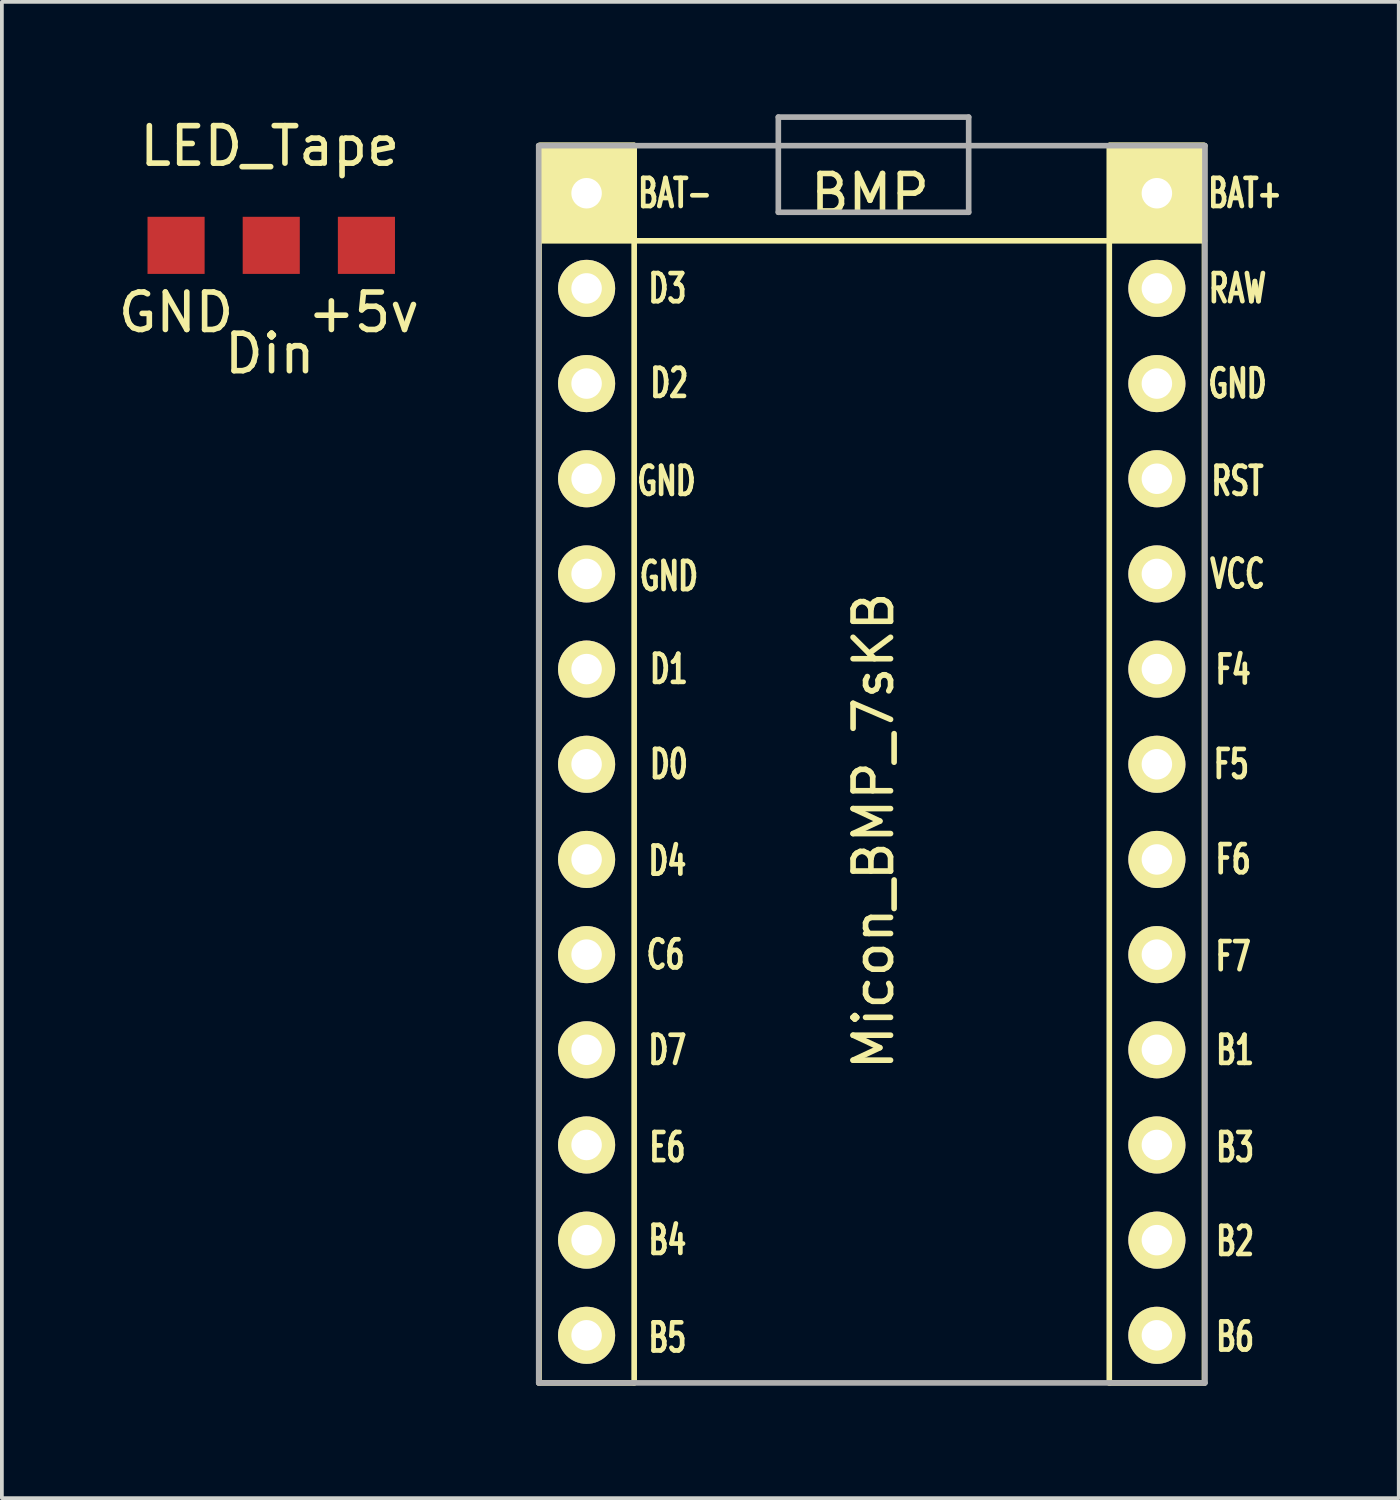
<source format=kicad_pcb>
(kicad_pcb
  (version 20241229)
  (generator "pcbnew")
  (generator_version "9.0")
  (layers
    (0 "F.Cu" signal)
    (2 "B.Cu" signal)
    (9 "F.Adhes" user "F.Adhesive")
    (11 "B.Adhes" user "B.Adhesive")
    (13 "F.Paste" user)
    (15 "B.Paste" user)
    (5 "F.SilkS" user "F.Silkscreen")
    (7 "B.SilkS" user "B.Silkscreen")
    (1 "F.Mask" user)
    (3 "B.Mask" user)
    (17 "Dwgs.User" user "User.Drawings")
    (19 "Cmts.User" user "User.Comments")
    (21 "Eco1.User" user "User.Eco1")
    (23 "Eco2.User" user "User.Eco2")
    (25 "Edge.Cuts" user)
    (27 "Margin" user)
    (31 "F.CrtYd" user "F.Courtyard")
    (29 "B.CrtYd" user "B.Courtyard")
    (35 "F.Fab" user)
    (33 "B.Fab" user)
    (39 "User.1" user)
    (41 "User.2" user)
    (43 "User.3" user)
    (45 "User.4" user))
  (footprint "LED_Tape"
    (layer "F.Cu")
    (at 4.15 3.388)
    (property "Reference" "LED_Tape" (at 0 -2.54 0) (layer "F.SilkS") (effects (font (size 1 1) (thickness 0.15))))
    (attr through_hole)
    (fp_text user "+5v" (at 2.501 1.9 0) (layer "F.SilkS") (effects (font (size 1 1) (thickness 0.15))))
    (fp_text user "GND" (at -2.501 1.9 0) (layer "F.SilkS") (effects (font (size 1 1) (thickness 0.15))))
    (fp_text user "Din" (at 0 3 0) (layer "F.SilkS") (effects (font (size 1 1) (thickness 0.15))))
    (pad "1" smd rect (at -2.501 0.11 90) (size 1.524 1.524) (layers "F.Cu" "F.Mask" "F.Paste"))
    (pad "2" smd rect (at 0.039 0.11 90) (size 1.524 1.524) (layers "F.Cu" "F.Mask" "F.Paste"))
    (pad "3" smd rect (at 2.579 0.11 90) (size 1.524 1.524) (layers "F.Cu" "F.Mask" "F.Paste")))
  (footprint "Micon_BMP_7sKB"
    (layer "F.Cu")
    (at 20.169 19.125)
    (property "Reference" "Micon_BMP_7sKB" (at 0.093 0 270) (layer "F.SilkS") (effects (font (size 1 1) (thickness 0.15))))
    (attr through_hole)
    (fp_line (start -8.834 -18.288) (end -8.834 14.732) (stroke (width 0.15) (type solid)) (layer "F.SilkS"))
    (fp_line (start -8.834 14.732) (end -6.294 14.732) (stroke (width 0.15) (type solid)) (layer "F.SilkS"))
    (fp_line (start -6.294 -18.288) (end -8.834 -18.288) (stroke (width 0.15) (type solid)) (layer "F.SilkS"))
    (fp_line (start -6.294 14.732) (end -6.294 -18.288) (stroke (width 0.15) (type solid)) (layer "F.SilkS"))
    (fp_line (start 6.386 -18.288) (end 6.386 14.732) (stroke (width 0.15) (type solid)) (layer "F.SilkS"))
    (fp_line (start 6.386 14.732) (end 8.926 14.732) (stroke (width 0.15) (type solid)) (layer "F.SilkS"))
    (fp_line (start 8.926 -18.288) (end 6.386 -18.288) (stroke (width 0.15) (type solid)) (layer "F.SilkS"))
    (fp_line (start 8.926 -15.748) (end -8.834 -15.748) (stroke (width 0.15) (type solid)) (layer "F.SilkS"))
    (fp_line (start 8.926 14.732) (end 8.926 -18.288) (stroke (width 0.15) (type solid)) (layer "F.SilkS"))
    (fp_poly (pts (xy -8.8 -18.3) (xy -8.8 -15.8) (xy -6.3 -15.8) (xy -6.3 -18.3)) (stroke (width 0.15) (type solid)) (fill yes) (layer "F.SilkS"))
    (fp_poly (pts (xy 6.4 -18.3) (xy 6.4 -15.8) (xy 8.9 -15.8) (xy 8.9 -18.3)) (stroke (width 0.15) (type solid)) (fill yes) (layer "F.SilkS"))
    (fp_line (start -8.842 -18.288) (end -8.842 14.732) (stroke (width 0.15) (type solid)) (layer "F.Fab"))
    (fp_line (start -8.842 14.732) (end 8.938 14.732) (stroke (width 0.15) (type solid)) (layer "F.Fab"))
    (fp_line (start -2.447 -19.05) (end 2.633 -19.05) (stroke (width 0.15) (type solid)) (layer "F.Fab"))
    (fp_line (start -2.447 -16.51) (end -2.447 -19.05) (stroke (width 0.15) (type solid)) (layer "F.Fab"))
    (fp_line (start 2.633 -19.05) (end 2.633 -16.51) (stroke (width 0.15) (type solid)) (layer "F.Fab"))
    (fp_line (start 2.633 -16.51) (end -2.447 -16.51) (stroke (width 0.15) (type solid)) (layer "F.Fab"))
    (fp_line (start 8.938 -18.288) (end -8.842 -18.288) (stroke (width 0.15) (type solid)) (layer "F.Fab"))
    (fp_line (start 8.938 14.732) (end 8.938 -18.288) (stroke (width 0.15) (type solid)) (layer "F.Fab"))
    (fp_text user "D1" (at -5.368 -4.318 0) (layer "F.SilkS") (effects (font (size 0.75 0.5) (thickness 0.125))))
    (fp_text user "D0" (at -5.368 -1.778 0) (layer "F.SilkS") (effects (font (size 0.75 0.5) (thickness 0.125))))
    (fp_text user "D3" (at -5.407 -14.478 0) (layer "F.SilkS") (effects (font (size 0.75 0.5) (thickness 0.125))))
    (fp_text user "D2" (at -5.357 -11.95 0) (layer "F.SilkS") (effects (font (size 0.75 0.5) (thickness 0.125))))
    (fp_text user "GND" (at -5.432 -9.335 0) (layer "F.SilkS") (effects (font (size 0.75 0.5) (thickness 0.125))))
    (fp_text user "B3" (at 9.743 8.445 0) (layer "F.SilkS") (effects (font (size 0.75 0.5) (thickness 0.125))))
    (fp_text user "BMP" (at 0 -17 0) (layer "F.SilkS") (effects (font (size 1 1) (thickness 0.15))))
    (fp_text user "BAT-" (at -5.207 -17.018 0) (layer "F.SilkS") (effects (font (size 0.75 0.5) (thickness 0.125))))
    (fp_text user "BAT+" (at 10.008 -17.018 0) (layer "F.SilkS") (effects (font (size 0.75 0.5) (thickness 0.125))))
    (fp_text user "RST" (at 9.808 -9.335 0) (layer "F.SilkS") (effects (font (size 0.75 0.5) (thickness 0.125))))
    (fp_text user "F5" (at 9.643 -1.778 0) (layer "F.SilkS") (effects (font (size 0.75 0.5) (thickness 0.125))))
    (fp_text user "GND" (at -5.368 -6.795 0) (layer "F.SilkS") (effects (font (size 0.75 0.5) (thickness 0.125))))
    (fp_text user "B4" (at -5.407 10.922 0) (layer "F.SilkS") (effects (font (size 0.75 0.5) (thickness 0.125))))
    (fp_text user "GND" (at 9.808 -11.938 0) (layer "F.SilkS") (effects (font (size 0.75 0.5) (thickness 0.125))))
    (fp_text user "B1" (at 9.743 5.85 0) (layer "F.SilkS") (effects (font (size 0.75 0.5) (thickness 0.125))))
    (fp_text user "" (at 0.593 -17.25 0) (layer "F.SilkS") (effects (font (size 1 1) (thickness 0.15))))
    (fp_text user "F7" (at 9.693 3.35 0) (layer "F.SilkS") (effects (font (size 0.75 0.5) (thickness 0.125))))
    (fp_text user "E6" (at -5.407 8.445 0) (layer "F.SilkS") (effects (font (size 0.75 0.5) (thickness 0.125))))
    (fp_text user "F6" (at 9.693 0.762 0) (layer "F.SilkS") (effects (font (size 0.75 0.5) (thickness 0.125))))
    (fp_text user "F4" (at 9.693 -4.3 0) (layer "F.SilkS") (effects (font (size 0.75 0.5) (thickness 0.125))))
    (fp_text user "B5" (at -5.407 13.525 0) (layer "F.SilkS") (effects (font (size 0.75 0.5) (thickness 0.125))))
    (fp_text user "D4" (at -5.407 0.8 0) (layer "F.SilkS") (effects (font (size 0.75 0.5) (thickness 0.125))))
    (fp_text user "VCC" (at 9.808 -6.858 0) (layer "F.SilkS") (effects (font (size 0.75 0.5) (thickness 0.125))))
    (fp_text user "D7" (at -5.407 5.85 0) (layer "F.SilkS") (effects (font (size 0.75 0.5) (thickness 0.125))))
    (fp_text user "B6" (at 9.743 13.5 0) (layer "F.SilkS") (effects (font (size 0.75 0.5) (thickness 0.125))))
    (fp_text user "RAW" (at 9.808 -14.478 0) (layer "F.SilkS") (effects (font (size 0.75 0.5) (thickness 0.125))))
    (fp_text user "B2" (at 9.743 10.95 0) (layer "F.SilkS") (effects (font (size 0.75 0.5) (thickness 0.125))))
    (fp_text user "C6" (at -5.457 3.302 0) (layer "F.SilkS") (effects (font (size 0.75 0.5) (thickness 0.125))))
    (fp_text user "" (at 1.299 -16.256 0) (layer "B.SilkS") (effects (font (size 1 1) (thickness 0.15)) (justify mirror)))
    (pad "1" thru_hole circle (at -7.564 -14.478) (size 1.524 1.524) (drill 0.813) (layers "*.Cu" "*.Mask" "F.SilkS"))
    (pad "2" thru_hole circle (at -7.564 -11.938) (size 1.524 1.524) (drill 0.813) (layers "*.Cu" "*.Mask" "F.SilkS"))
    (pad "3" thru_hole circle (at -7.564 -9.398) (size 1.524 1.524) (drill 0.813) (layers "*.Cu" "*.Mask" "F.SilkS"))
    (pad "4" thru_hole circle (at -7.564 -6.858) (size 1.524 1.524) (drill 0.813) (layers "*.Cu" "*.Mask" "F.SilkS"))
    (pad "5" thru_hole circle (at -7.564 -4.318) (size 1.524 1.524) (drill 0.813) (layers "*.Cu" "*.Mask" "F.SilkS"))
    (pad "6" thru_hole circle (at -7.564 -1.778) (size 1.524 1.524) (drill 0.813) (layers "*.Cu" "*.Mask" "F.SilkS"))
    (pad "7" thru_hole circle (at -7.564 0.762) (size 1.524 1.524) (drill 0.813) (layers "*.Cu" "*.Mask" "F.SilkS"))
    (pad "8" thru_hole circle (at -7.564 3.302) (size 1.524 1.524) (drill 0.813) (layers "*.Cu" "*.Mask" "F.SilkS"))
    (pad "9" thru_hole circle (at -7.564 5.842) (size 1.524 1.524) (drill 0.813) (layers "*.Cu" "*.Mask" "F.SilkS"))
    (pad "10" thru_hole circle (at -7.564 8.382) (size 1.524 1.524) (drill 0.813) (layers "*.Cu" "*.Mask" "F.SilkS"))
    (pad "11" thru_hole circle (at -7.564 10.922) (size 1.524 1.524) (drill 0.813) (layers "*.Cu" "*.Mask" "F.SilkS"))
    (pad "12" thru_hole circle (at -7.564 13.462) (size 1.524 1.524) (drill 0.813) (layers "*.Cu" "*.Mask" "F.SilkS"))
    (pad "13" thru_hole circle (at 7.656 13.462) (size 1.524 1.524) (drill 0.813) (layers "*.Cu" "*.Mask" "F.SilkS"))
    (pad "14" thru_hole circle (at 7.656 10.922) (size 1.524 1.524) (drill 0.813) (layers "*.Cu" "*.Mask" "F.SilkS"))
    (pad "15" thru_hole circle (at 7.656 8.382) (size 1.524 1.524) (drill 0.813) (layers "*.Cu" "*.Mask" "F.SilkS"))
    (pad "16" thru_hole circle (at 7.656 5.842) (size 1.524 1.524) (drill 0.813) (layers "*.Cu" "*.Mask" "F.SilkS"))
    (pad "17" thru_hole circle (at 7.656 3.302) (size 1.524 1.524) (drill 0.813) (layers "*.Cu" "*.Mask" "F.SilkS"))
    (pad "18" thru_hole circle (at 7.656 0.762) (size 1.524 1.524) (drill 0.813) (layers "*.Cu" "*.Mask" "F.SilkS"))
    (pad "19" thru_hole circle (at 7.656 -1.778) (size 1.524 1.524) (drill 0.813) (layers "*.Cu" "*.Mask" "F.SilkS"))
    (pad "20" thru_hole circle (at 7.656 -4.318) (size 1.524 1.524) (drill 0.813) (layers "*.Cu" "*.Mask" "F.SilkS"))
    (pad "21" thru_hole circle (at 7.656 -6.858) (size 1.524 1.524) (drill 0.813) (layers "*.Cu" "*.Mask" "F.SilkS"))
    (pad "22" thru_hole circle (at 7.656 -9.398) (size 1.524 1.524) (drill 0.813) (layers "*.Cu" "*.Mask" "F.SilkS"))
    (pad "23" thru_hole circle (at 7.656 -11.938) (size 1.524 1.524) (drill 0.813) (layers "*.Cu" "*.Mask" "F.SilkS"))
    (pad "24" thru_hole circle (at 7.656 -14.478) (size 1.524 1.524) (drill 0.813) (layers "*.Cu" "*.Mask" "F.SilkS"))
    (pad "25" thru_hole circle (at 7.656 -17.018) (size 1.524 1.524) (drill 0.813) (layers "*.Cu" "*.Mask" "F.SilkS"))
    (pad "26" thru_hole circle (at -7.564 -17.018) (size 1.524 1.524) (drill 0.813) (layers "*.Cu" "*.Mask" "F.SilkS")))
  (gr_rect
    (start -3 -3)
    (end 34.28 36.932)
    (stroke (width 0.1) (type default))
    (fill no)
    (layer "Edge.Cuts")))
</source>
